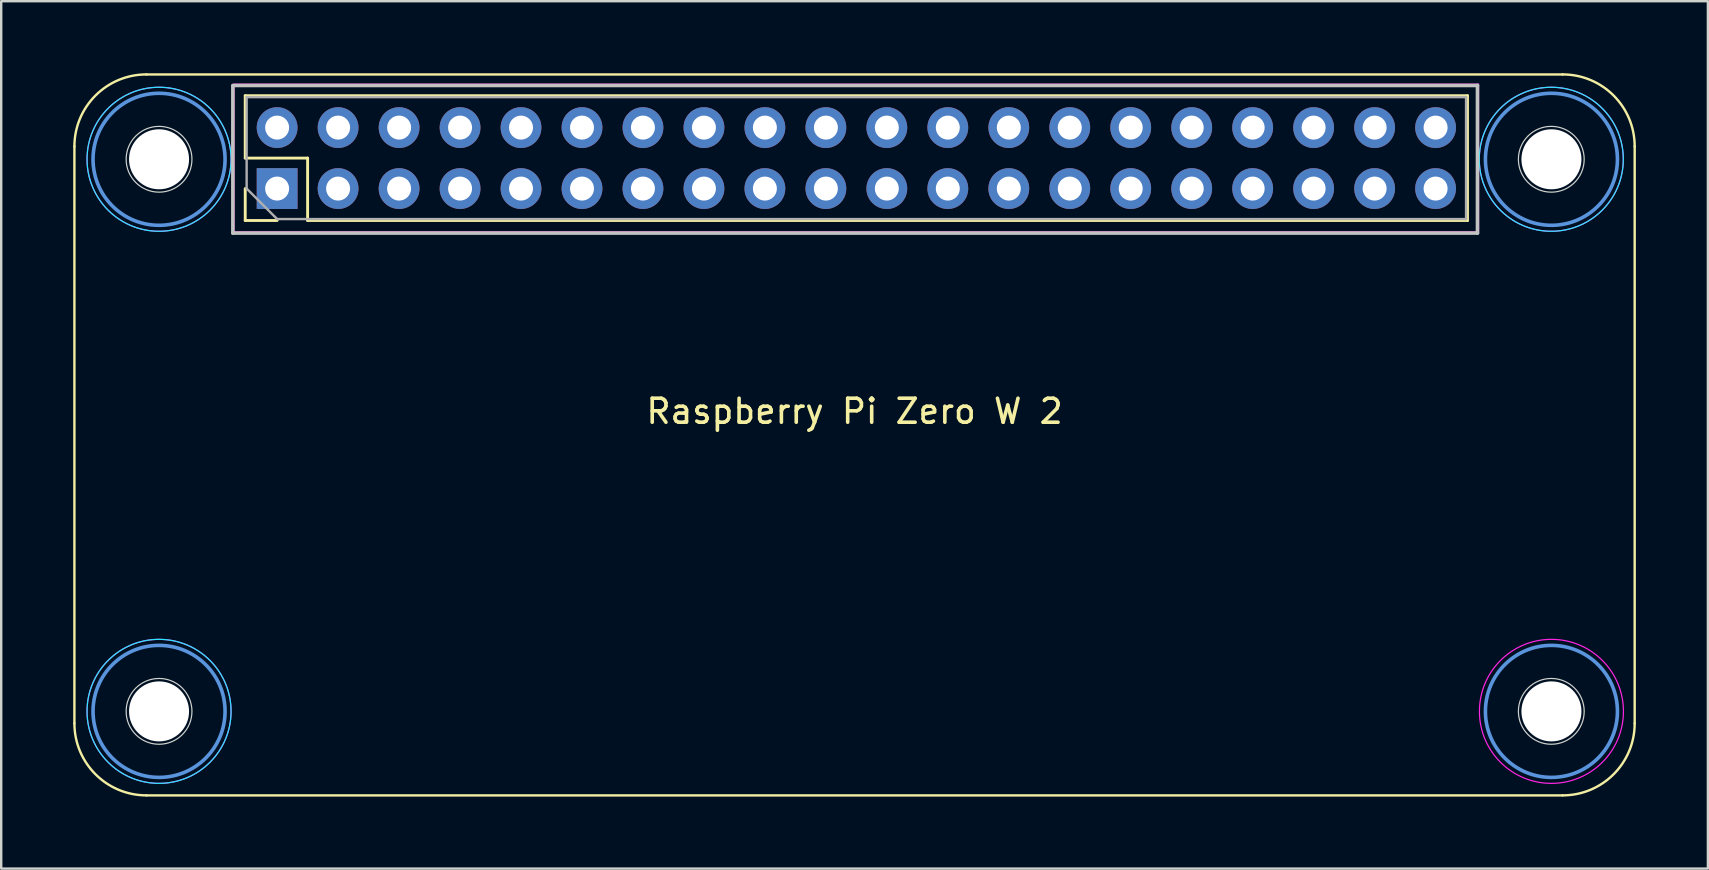
<source format=kicad_pcb>
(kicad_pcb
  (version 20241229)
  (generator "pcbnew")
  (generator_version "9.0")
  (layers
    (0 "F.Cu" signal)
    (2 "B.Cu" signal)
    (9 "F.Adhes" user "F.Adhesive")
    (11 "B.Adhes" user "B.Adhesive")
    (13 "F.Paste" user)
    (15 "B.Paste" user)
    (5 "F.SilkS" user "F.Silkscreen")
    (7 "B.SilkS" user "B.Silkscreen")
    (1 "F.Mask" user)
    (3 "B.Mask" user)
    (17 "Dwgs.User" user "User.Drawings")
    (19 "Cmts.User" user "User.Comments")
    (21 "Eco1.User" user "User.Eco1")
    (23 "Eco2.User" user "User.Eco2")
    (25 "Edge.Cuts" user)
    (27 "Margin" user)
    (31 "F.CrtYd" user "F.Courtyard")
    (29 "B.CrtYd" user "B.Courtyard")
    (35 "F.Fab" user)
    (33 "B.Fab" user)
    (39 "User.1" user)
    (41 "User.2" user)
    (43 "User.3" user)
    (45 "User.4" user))
  (footprint "Raspberry Pi Zero W 2"
    (layer "F.Cu")
    (at 32.55 15.085)
    (property "Reference" "Raspberry Pi Zero W 2" (at 0 -1 0) (unlocked yes) (layer "F.SilkS") (effects (font (size 1 1) (thickness 0.15))))
    (attr through_hole)
    (fp_line (start -32.5 12) (end -32.5 -12.034) (stroke (width 0.1) (type solid)) (layer "F.SilkS"))
    (fp_line (start -29.5 -15.034) (end 29.5 -15.034) (stroke (width 0.1) (type solid)) (layer "F.SilkS"))
    (fp_line (start -29.5 15) (end 29.5 15) (stroke (width 0.1) (type solid)) (layer "F.SilkS"))
    (fp_line (start -25.384 -14.149) (end 25.535 -14.149) (stroke (width 0.12) (type solid)) (layer "F.SilkS"))
    (fp_line (start -25.384 -11.549) (end -25.384 -14.149) (stroke (width 0.12) (type solid)) (layer "F.SilkS"))
    (fp_line (start -25.384 -8.949) (end -25.384 -10.279) (stroke (width 0.12) (type solid)) (layer "F.SilkS"))
    (fp_line (start -24.055 -8.949) (end -25.384 -8.949) (stroke (width 0.12) (type solid)) (layer "F.SilkS"))
    (fp_line (start -22.785 -11.549) (end -25.384 -11.549) (stroke (width 0.12) (type solid)) (layer "F.SilkS"))
    (fp_line (start -22.785 -8.949) (end -22.785 -11.549) (stroke (width 0.12) (type solid)) (layer "F.SilkS"))
    (fp_line (start -22.785 -8.949) (end 25.535 -8.949) (stroke (width 0.12) (type solid)) (layer "F.SilkS"))
    (fp_line (start 25.535 -8.949) (end 25.535 -14.149) (stroke (width 0.12) (type solid)) (layer "F.SilkS"))
    (fp_line (start 32.5 -12.034) (end 32.5 12) (stroke (width 0.1) (type solid)) (layer "F.SilkS"))
    (fp_arc (start -32.5 -12.0345) (mid -31.62132 -14.15582) (end -29.5 -15.0345) (stroke (width 0.1) (type solid)) (layer "F.SilkS"))
    (fp_arc (start -29.5 15) (mid -31.62132 14.12132) (end -32.5 12) (stroke (width 0.1) (type solid)) (layer "F.SilkS"))
    (fp_arc (start 29.5 -15.0345) (mid 31.62132 -14.15582) (end 32.5 -12.0345) (stroke (width 0.1) (type solid)) (layer "F.SilkS"))
    (fp_arc (start 32.5 12) (mid 31.62132 14.12132) (end 29.5 15) (stroke (width 0.1) (type solid)) (layer "F.SilkS"))
    (fp_line (start -25.899 -14.575) (end 25.951 -14.575) (stroke (width 0.15) (type solid)) (layer "Dwgs.User"))
    (fp_line (start -25.899 -8.425) (end -25.899 -14.55) (stroke (width 0.15) (type solid)) (layer "Dwgs.User"))
    (fp_line (start 25.951 -14.575) (end 25.951 -8.425) (stroke (width 0.15) (type solid)) (layer "Dwgs.User"))
    (fp_line (start 25.951 -8.425) (end -25.899 -8.425) (stroke (width 0.15) (type solid)) (layer "Dwgs.User"))
    (fp_circle (center -28.974 -11.499) (end -26.224 -11.499) (stroke (width 0.15) (type solid)) (fill no) (layer "Cmts.User"))
    (fp_circle (center -28.974 11.501) (end -26.224 11.501) (stroke (width 0.15) (type solid)) (fill no) (layer "Cmts.User"))
    (fp_circle (center 29.032 -11.499) (end 31.782 -11.499) (stroke (width 0.15) (type solid)) (fill no) (layer "Cmts.User"))
    (fp_circle (center 29.032 11.501) (end 31.782 11.501) (stroke (width 0.15) (type solid)) (fill no) (layer "Cmts.User"))
    (fp_circle (center -28.974 -11.5) (end -29.005 -10.13) (stroke (width 0.05) (type solid)) (fill no) (layer "Edge.Cuts"))
    (fp_circle (center -28.974 11.5) (end -29.005 12.87) (stroke (width 0.05) (type solid)) (fill no) (layer "Edge.Cuts"))
    (fp_circle (center 29.026 -11.5) (end 28.995 -10.13) (stroke (width 0.05) (type solid)) (fill no) (layer "Edge.Cuts"))
    (fp_circle (center 29.026 11.5) (end 28.995 12.87) (stroke (width 0.05) (type solid)) (fill no) (layer "Edge.Cuts"))
    (fp_circle (center -28.974 -11.5) (end -25.974 -11.5) (stroke (width 0.05) (type solid)) (fill no) (layer "B.CrtYd"))
    (fp_circle (center -28.974 11.5) (end -25.974 11.5) (stroke (width 0.05) (type solid)) (fill no) (layer "B.CrtYd"))
    (fp_circle (center 29.026 -11.5) (end 32.026 -11.5) (stroke (width 0.05) (type solid)) (fill no) (layer "B.CrtYd"))
    (fp_line (start -25.855 -14.629) (end -25.855 -8.479) (stroke (width 0.05) (type solid)) (layer "F.CrtYd"))
    (fp_line (start -25.855 -8.479) (end 25.995 -8.479) (stroke (width 0.05) (type solid)) (layer "F.CrtYd"))
    (fp_line (start 25.995 -14.629) (end -25.855 -14.629) (stroke (width 0.05) (type solid)) (layer "F.CrtYd"))
    (fp_line (start 25.995 -8.479) (end 25.995 -14.629) (stroke (width 0.05) (type solid)) (layer "F.CrtYd"))
    (fp_circle (center -28.974 -11.5) (end -25.974 -11.5) (stroke (width 0.05) (type solid)) (fill no) (layer "F.CrtYd"))
    (fp_circle (center -28.974 11.5) (end -25.974 11.5) (stroke (width 0.05) (type solid)) (fill no) (layer "F.CrtYd"))
    (fp_circle (center 29.026 -11.5) (end 32.026 -11.5) (stroke (width 0.05) (type solid)) (fill no) (layer "F.CrtYd"))
    (fp_circle (center 29.032 11.5) (end 32.032 11.5) (stroke (width 0.05) (type solid)) (fill no) (layer "F.CrtYd"))
    (fp_line (start -25.325 -14.089) (end 25.476 -14.089) (stroke (width 0.1) (type solid)) (layer "F.Fab"))
    (fp_line (start -25.325 -10.279) (end -25.325 -14.089) (stroke (width 0.1) (type solid)) (layer "F.Fab"))
    (fp_line (start -24.055 -9.009) (end -25.325 -10.279) (stroke (width 0.1) (type solid)) (layer "F.Fab"))
    (fp_line (start 25.476 -14.089) (end 25.476 -9.009) (stroke (width 0.1) (type solid)) (layer "F.Fab"))
    (fp_line (start 25.476 -9.009) (end -24.055 -9.009) (stroke (width 0.1) (type solid)) (layer "F.Fab"))
    (pad "" np_thru_hole circle (at -28.974 -11.499 180) (size 2.5 2.5) (drill 2.5) (layers "*.Cu" "*.Mask"))
    (pad "" np_thru_hole circle (at -28.974 11.501 180) (size 2.5 2.5) (drill 2.5) (layers "*.Cu" "*.Mask"))
    (pad "" np_thru_hole circle (at 29.032 -11.499 180) (size 2.5 2.5) (drill 2.5) (layers "*.Cu" "*.Mask"))
    (pad "" np_thru_hole circle (at 29.032 11.501 180) (size 2.5 2.5) (drill 2.5) (layers "*.Cu" "*.Mask"))
    (pad "1" thru_hole rect (at -24.055 -10.279 270) (size 1.7 1.7) (drill 1) (layers "*.Cu" "*.Mask"))
    (pad "2" thru_hole oval (at -24.055 -12.819 270) (size 1.7 1.7) (drill 1) (layers "*.Cu" "*.Mask"))
    (pad "3" thru_hole oval (at -21.515 -10.279 270) (size 1.7 1.7) (drill 1) (layers "*.Cu" "*.Mask"))
    (pad "4" thru_hole oval (at -21.515 -12.819 270) (size 1.7 1.7) (drill 1) (layers "*.Cu" "*.Mask"))
    (pad "5" thru_hole oval (at -18.974 -10.279 270) (size 1.7 1.7) (drill 1) (layers "*.Cu" "*.Mask"))
    (pad "6" thru_hole oval (at -18.974 -12.819 270) (size 1.7 1.7) (drill 1) (layers "*.Cu" "*.Mask"))
    (pad "7" thru_hole oval (at -16.434 -10.279 270) (size 1.7 1.7) (drill 1) (layers "*.Cu" "*.Mask"))
    (pad "8" thru_hole oval (at -16.434 -12.819 270) (size 1.7 1.7) (drill 1) (layers "*.Cu" "*.Mask"))
    (pad "9" thru_hole oval (at -13.895 -10.279 270) (size 1.7 1.7) (drill 1) (layers "*.Cu" "*.Mask"))
    (pad "10" thru_hole oval (at -13.895 -12.819 270) (size 1.7 1.7) (drill 1) (layers "*.Cu" "*.Mask"))
    (pad "11" thru_hole oval (at -11.354 -10.279 270) (size 1.7 1.7) (drill 1) (layers "*.Cu" "*.Mask"))
    (pad "12" thru_hole oval (at -11.354 -12.819 270) (size 1.7 1.7) (drill 1) (layers "*.Cu" "*.Mask"))
    (pad "13" thru_hole oval (at -8.815 -10.279 270) (size 1.7 1.7) (drill 1) (layers "*.Cu" "*.Mask"))
    (pad "14" thru_hole oval (at -8.815 -12.819 270) (size 1.7 1.7) (drill 1) (layers "*.Cu" "*.Mask"))
    (pad "15" thru_hole oval (at -6.274 -10.279 270) (size 1.7 1.7) (drill 1) (layers "*.Cu" "*.Mask"))
    (pad "16" thru_hole oval (at -6.274 -12.819 270) (size 1.7 1.7) (drill 1) (layers "*.Cu" "*.Mask"))
    (pad "17" thru_hole oval (at -3.735 -10.279 270) (size 1.7 1.7) (drill 1) (layers "*.Cu" "*.Mask"))
    (pad "18" thru_hole oval (at -3.735 -12.819 270) (size 1.7 1.7) (drill 1) (layers "*.Cu" "*.Mask"))
    (pad "19" thru_hole oval (at -1.194 -10.279 270) (size 1.7 1.7) (drill 1) (layers "*.Cu" "*.Mask"))
    (pad "20" thru_hole oval (at -1.194 -12.819 270) (size 1.7 1.7) (drill 1) (layers "*.Cu" "*.Mask"))
    (pad "21" thru_hole oval (at 1.345 -10.279 270) (size 1.7 1.7) (drill 1) (layers "*.Cu" "*.Mask"))
    (pad "22" thru_hole oval (at 1.345 -12.819 270) (size 1.7 1.7) (drill 1) (layers "*.Cu" "*.Mask"))
    (pad "23" thru_hole oval (at 3.885 -10.279 270) (size 1.7 1.7) (drill 1) (layers "*.Cu" "*.Mask"))
    (pad "24" thru_hole oval (at 3.885 -12.819 270) (size 1.7 1.7) (drill 1) (layers "*.Cu" "*.Mask"))
    (pad "25" thru_hole oval (at 6.426 -10.279 270) (size 1.7 1.7) (drill 1) (layers "*.Cu" "*.Mask"))
    (pad "26" thru_hole oval (at 6.426 -12.819 270) (size 1.7 1.7) (drill 1) (layers "*.Cu" "*.Mask"))
    (pad "27" thru_hole oval (at 8.966 -10.279 270) (size 1.7 1.7) (drill 1) (layers "*.Cu" "*.Mask"))
    (pad "28" thru_hole oval (at 8.966 -12.819 270) (size 1.7 1.7) (drill 1) (layers "*.Cu" "*.Mask"))
    (pad "29" thru_hole oval (at 11.505 -10.279 270) (size 1.7 1.7) (drill 1) (layers "*.Cu" "*.Mask"))
    (pad "30" thru_hole oval (at 11.505 -12.819 270) (size 1.7 1.7) (drill 1) (layers "*.Cu" "*.Mask"))
    (pad "31" thru_hole oval (at 14.046 -10.279 270) (size 1.7 1.7) (drill 1) (layers "*.Cu" "*.Mask"))
    (pad "32" thru_hole oval (at 14.046 -12.819 270) (size 1.7 1.7) (drill 1) (layers "*.Cu" "*.Mask"))
    (pad "33" thru_hole oval (at 16.585 -10.279 270) (size 1.7 1.7) (drill 1) (layers "*.Cu" "*.Mask"))
    (pad "34" thru_hole oval (at 16.585 -12.819 270) (size 1.7 1.7) (drill 1) (layers "*.Cu" "*.Mask"))
    (pad "35" thru_hole oval (at 19.125 -10.279 270) (size 1.7 1.7) (drill 1) (layers "*.Cu" "*.Mask"))
    (pad "36" thru_hole oval (at 19.125 -12.819 270) (size 1.7 1.7) (drill 1) (layers "*.Cu" "*.Mask"))
    (pad "37" thru_hole oval (at 21.666 -10.279 270) (size 1.7 1.7) (drill 1) (layers "*.Cu" "*.Mask"))
    (pad "38" thru_hole oval (at 21.666 -12.819 270) (size 1.7 1.7) (drill 1) (layers "*.Cu" "*.Mask"))
    (pad "39" thru_hole oval (at 24.206 -10.279 270) (size 1.7 1.7) (drill 1) (layers "*.Cu" "*.Mask"))
    (pad "40" thru_hole oval (at 24.206 -12.819 270) (size 1.7 1.7) (drill 1) (layers "*.Cu" "*.Mask"))
    (zone (net_name "") (layers "F.Cu" "B.Cu" "F.SilkS" "B.SilkS") (hatch edge 0.508) (connect_pads) (min_thickness 0.254) (filled_areas_thickness no) (keepout (tracks not_allowed) (vias not_allowed) (pads allowed) (copperpour not_allowed) (footprints allowed)) (placement (enabled no)) (fill) (polygon (pts (xy 6.331 3.586) (xy 6.311 3.255) (xy 6.251 2.928) (xy 6.153 2.612) (xy 6.017 2.309) (xy 5.846 2.025) (xy 5.642 1.764) (xy 5.408 1.528) (xy 5.148 1.323) (xy 4.865 1.151) (xy 4.563 1.013) (xy 4.247 0.913) (xy 3.921 0.852) (xy 3.59 0.831) (xy 3.259 0.849) (xy 2.932 0.907) (xy 2.615 1.003) (xy 2.312 1.137) (xy 2.027 1.307) (xy 1.764 1.509) (xy 1.528 1.742) (xy 1.321 2.001) (xy 1.147 2.284) (xy 1.009 2.585) (xy 0.907 2.9) (xy 0.844 3.226) (xy 0.821 3.557) (xy 0.837 3.888) (xy 0.893 4.215) (xy 0.988 4.532) (xy 1.121 4.836) (xy 1.289 5.122) (xy 1.49 5.386) (xy 1.721 5.623) (xy 1.98 5.831) (xy 2.261 6.007) (xy 2.561 6.147) (xy 2.876 6.25) (xy 3.202 6.315) (xy 3.532 6.34) (xy 3.863 6.325) (xy 4.191 6.271) (xy 4.509 6.178) (xy 4.813 6.047) (xy 5.1 5.88) (xy 5.365 5.68) (xy 5.603 5.45) (xy 5.813 5.193) (xy 5.99 4.913) (xy 6.132 4.613) (xy 6.237 4.299) (xy 6.303 3.974) (xy 6.33 3.643))))
    (zone (net_name "") (layers "F.Cu" "B.Cu" "F.SilkS" "B.SilkS") (hatch edge 0.508) (connect_pads) (min_thickness 0.254) (filled_areas_thickness no) (keepout (tracks not_allowed) (vias not_allowed) (pads allowed) (copperpour not_allowed) (footprints allowed)) (placement (enabled no)) (fill) (polygon (pts (xy 6.331 26.585) (xy 6.311 26.255) (xy 6.251 25.928) (xy 6.153 25.612) (xy 6.017 25.309) (xy 5.846 25.025) (xy 5.642 24.764) (xy 5.408 24.528) (xy 5.148 24.323) (xy 4.865 24.151) (xy 4.563 24.013) (xy 4.247 23.913) (xy 3.921 23.852) (xy 3.59 23.831) (xy 3.259 23.849) (xy 2.932 23.907) (xy 2.615 24.003) (xy 2.312 24.137) (xy 2.027 24.307) (xy 1.764 24.509) (xy 1.528 24.742) (xy 1.321 25.001) (xy 1.147 25.284) (xy 1.009 25.585) (xy 0.907 25.9) (xy 0.844 26.226) (xy 0.821 26.557) (xy 0.837 26.888) (xy 0.893 27.215) (xy 0.988 27.532) (xy 1.121 27.836) (xy 1.289 28.122) (xy 1.49 28.386) (xy 1.721 28.623) (xy 1.98 28.831) (xy 2.261 29.007) (xy 2.561 29.147) (xy 2.876 29.25) (xy 3.202 29.315) (xy 3.532 29.34) (xy 3.863 29.325) (xy 4.191 29.271) (xy 4.509 29.178) (xy 4.813 29.047) (xy 5.1 28.88) (xy 5.365 28.68) (xy 5.603 28.45) (xy 5.813 28.193) (xy 5.99 27.913) (xy 6.132 27.613) (xy 6.237 27.299) (xy 6.303 26.974) (xy 6.33 26.643))))
    (zone (net_name "") (layers "F.Cu" "B.Cu" "F.SilkS" "B.SilkS") (hatch edge 0.508) (connect_pads) (min_thickness 0.254) (filled_areas_thickness no) (keepout (tracks not_allowed) (vias not_allowed) (pads allowed) (copperpour not_allowed) (footprints allowed)) (placement (enabled no)) (fill) (polygon (pts (xy 64.337 3.586) (xy 64.317 3.255) (xy 64.257 2.928) (xy 64.159 2.612) (xy 64.023 2.309) (xy 63.852 2.025) (xy 63.648 1.764) (xy 63.414 1.528) (xy 63.154 1.323) (xy 62.871 1.151) (xy 62.569 1.013) (xy 62.253 0.913) (xy 61.927 0.852) (xy 61.596 0.831) (xy 61.265 0.849) (xy 60.938 0.907) (xy 60.621 1.003) (xy 60.318 1.137) (xy 60.033 1.307) (xy 59.77 1.509) (xy 59.534 1.742) (xy 59.327 2.001) (xy 59.153 2.284) (xy 59.015 2.585) (xy 58.913 2.9) (xy 58.85 3.226) (xy 58.827 3.557) (xy 58.843 3.888) (xy 58.899 4.215) (xy 58.994 4.532) (xy 59.127 4.836) (xy 59.295 5.122) (xy 59.496 5.386) (xy 59.727 5.623) (xy 59.986 5.831) (xy 60.267 6.007) (xy 60.567 6.147) (xy 60.882 6.25) (xy 61.208 6.315) (xy 61.538 6.34) (xy 61.869 6.325) (xy 62.197 6.271) (xy 62.515 6.178) (xy 62.819 6.047) (xy 63.106 5.88) (xy 63.371 5.68) (xy 63.609 5.45) (xy 63.819 5.193) (xy 63.996 4.913) (xy 64.138 4.613) (xy 64.243 4.299) (xy 64.309 3.974) (xy 64.336 3.643))))
    (zone (net_name "") (layers "F.Cu" "B.Cu" "F.SilkS" "B.SilkS") (hatch edge 0.508) (connect_pads) (min_thickness 0.254) (filled_areas_thickness no) (keepout (tracks not_allowed) (vias not_allowed) (pads allowed) (copperpour not_allowed) (footprints allowed)) (placement (enabled no)) (fill) (polygon (pts (xy 64.337 26.585) (xy 64.317 26.255) (xy 64.257 25.928) (xy 64.159 25.612) (xy 64.023 25.309) (xy 63.852 25.025) (xy 63.648 24.764) (xy 63.414 24.528) (xy 63.154 24.323) (xy 62.871 24.151) (xy 62.569 24.013) (xy 62.253 23.913) (xy 61.927 23.852) (xy 61.596 23.831) (xy 61.265 23.849) (xy 60.938 23.907) (xy 60.621 24.003) (xy 60.318 24.137) (xy 60.033 24.307) (xy 59.77 24.509) (xy 59.534 24.742) (xy 59.327 25.001) (xy 59.153 25.284) (xy 59.015 25.585) (xy 58.913 25.9) (xy 58.85 26.226) (xy 58.827 26.557) (xy 58.843 26.888) (xy 58.899 27.215) (xy 58.994 27.532) (xy 59.127 27.836) (xy 59.295 28.122) (xy 59.496 28.386) (xy 59.727 28.623) (xy 59.986 28.831) (xy 60.267 29.007) (xy 60.567 29.147) (xy 60.882 29.25) (xy 61.208 29.315) (xy 61.538 29.34) (xy 61.869 29.325) (xy 62.197 29.271) (xy 62.515 29.178) (xy 62.819 29.047) (xy 63.106 28.88) (xy 63.371 28.68) (xy 63.609 28.45) (xy 63.819 28.193) (xy 63.996 27.913) (xy 64.138 27.613) (xy 64.243 27.299) (xy 64.309 26.974) (xy 64.336 26.643)))))
  (gr_rect
    (start -3 -3)
    (end 68.1 33.135)
    (stroke (width 0.1) (type default))
    (fill no)
    (layer "Edge.Cuts")))
</source>
